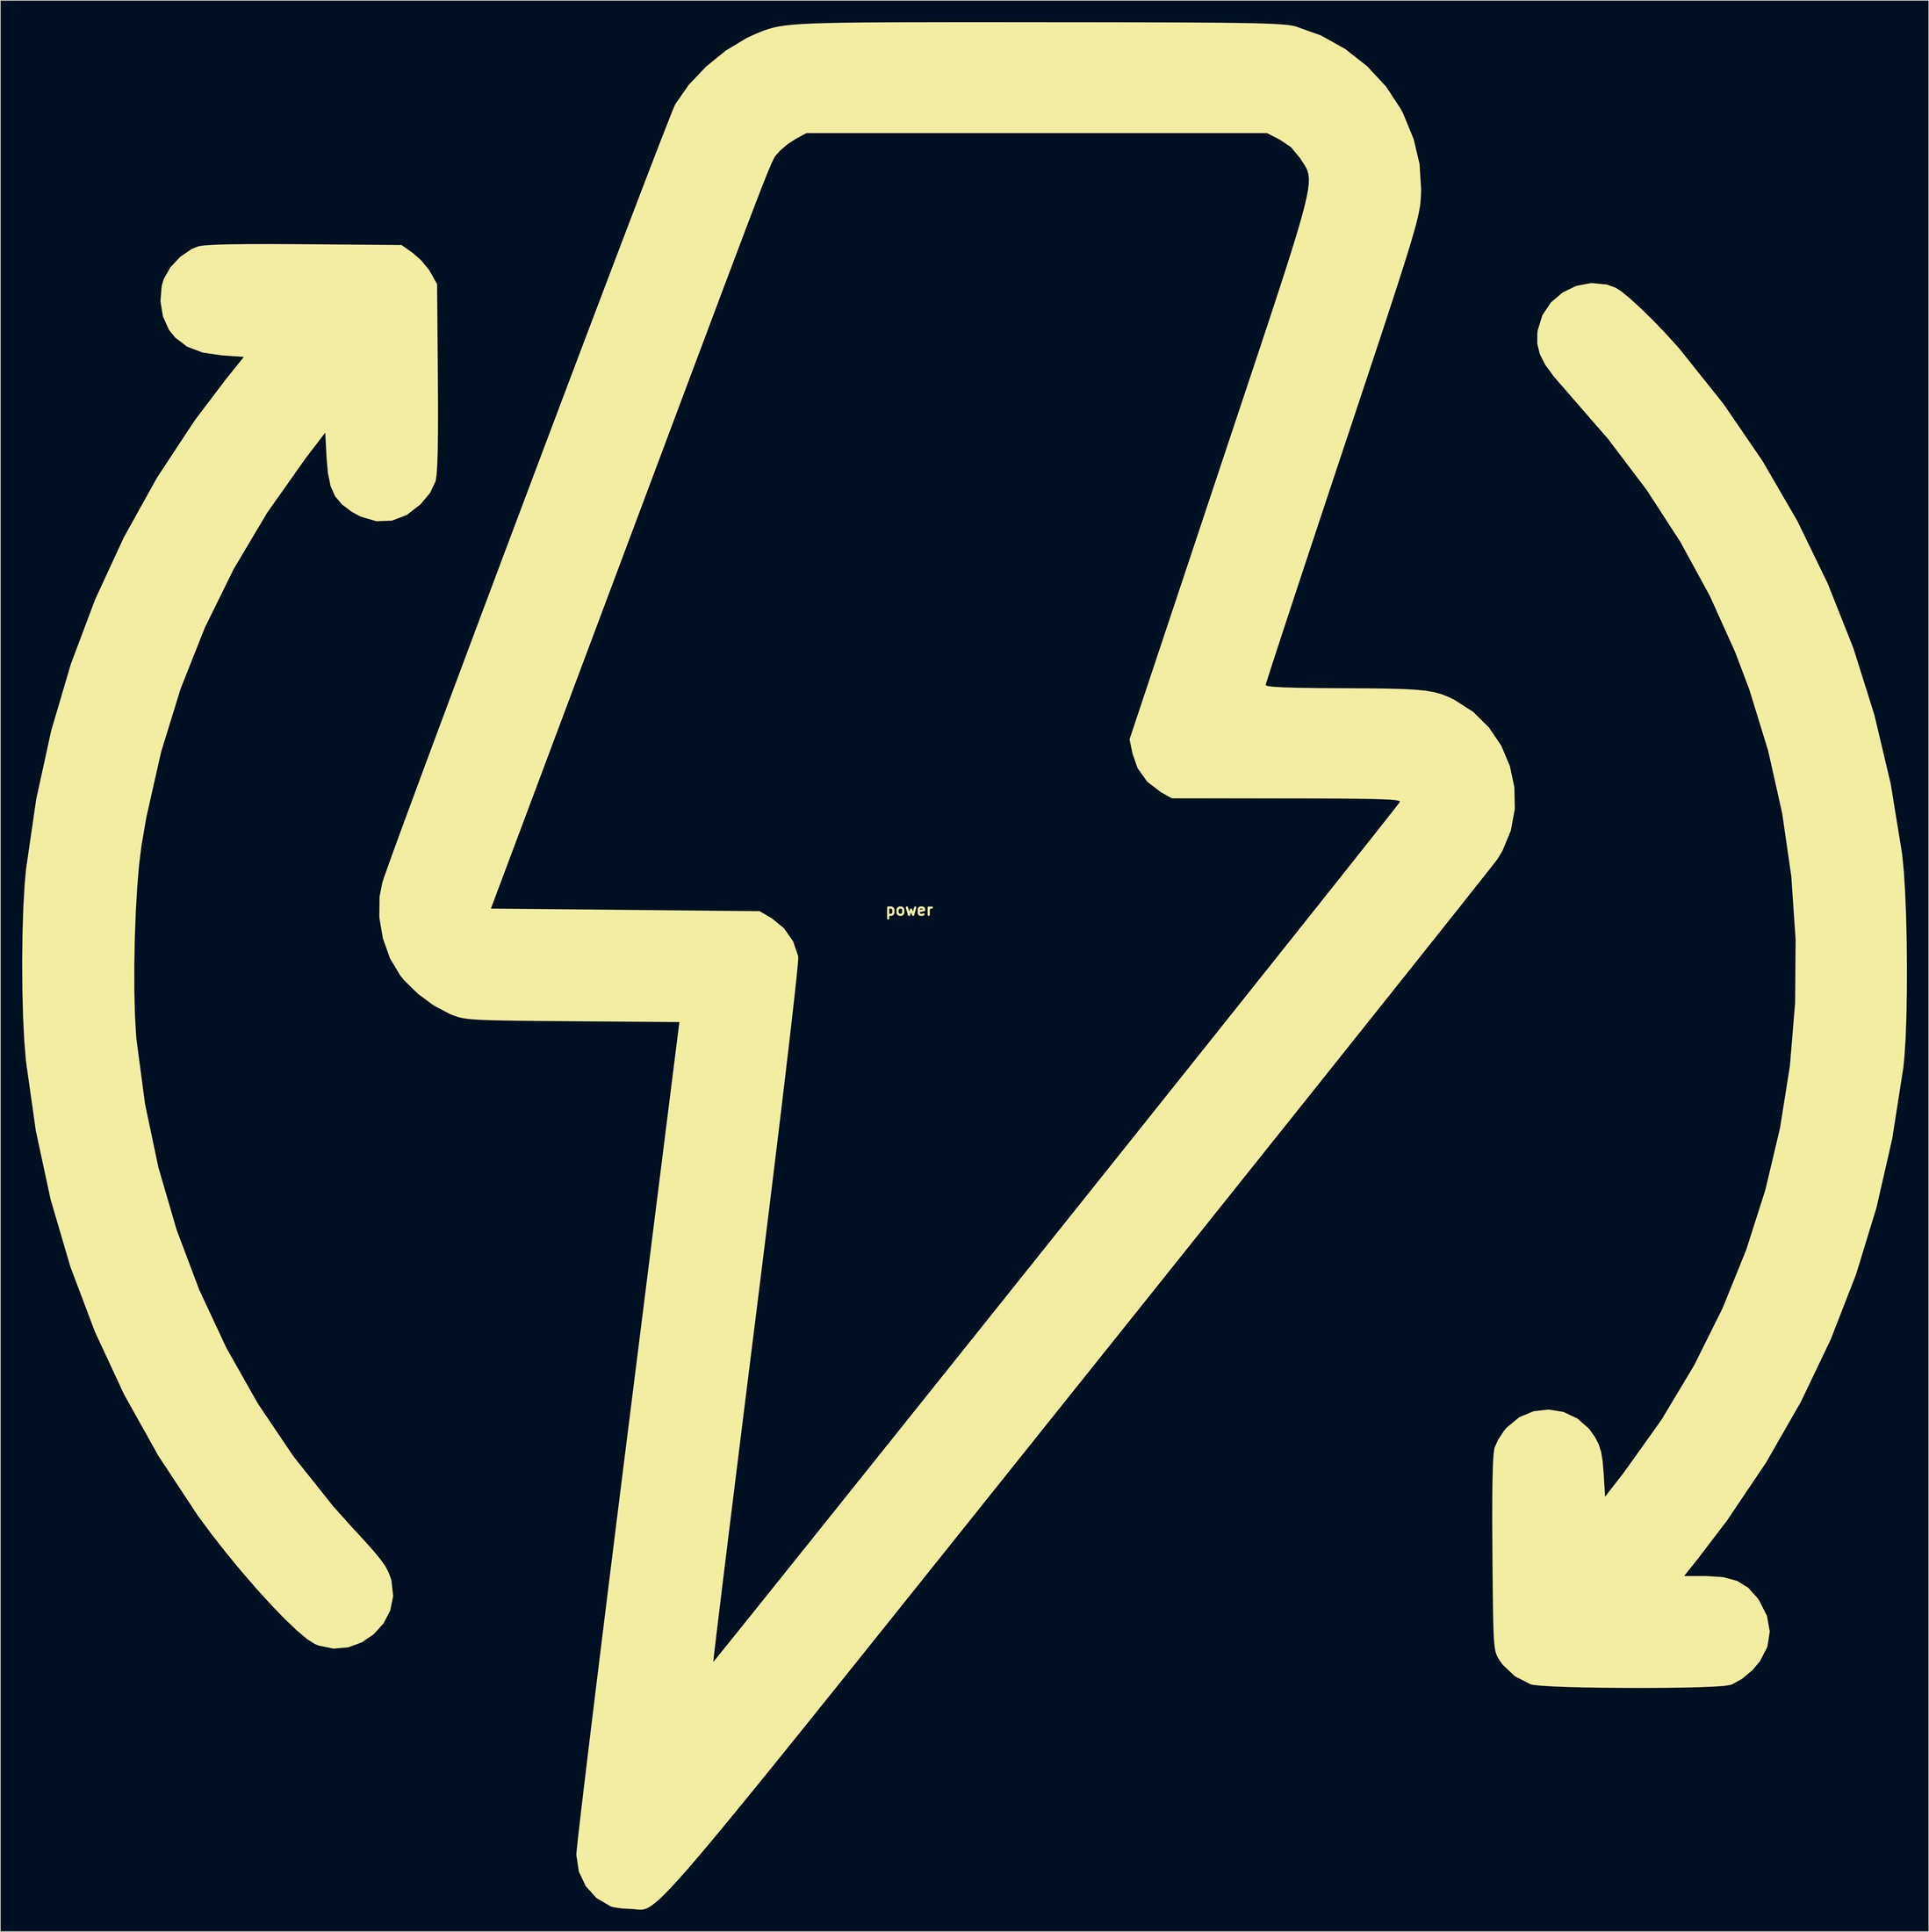
<source format=kicad_pcb>
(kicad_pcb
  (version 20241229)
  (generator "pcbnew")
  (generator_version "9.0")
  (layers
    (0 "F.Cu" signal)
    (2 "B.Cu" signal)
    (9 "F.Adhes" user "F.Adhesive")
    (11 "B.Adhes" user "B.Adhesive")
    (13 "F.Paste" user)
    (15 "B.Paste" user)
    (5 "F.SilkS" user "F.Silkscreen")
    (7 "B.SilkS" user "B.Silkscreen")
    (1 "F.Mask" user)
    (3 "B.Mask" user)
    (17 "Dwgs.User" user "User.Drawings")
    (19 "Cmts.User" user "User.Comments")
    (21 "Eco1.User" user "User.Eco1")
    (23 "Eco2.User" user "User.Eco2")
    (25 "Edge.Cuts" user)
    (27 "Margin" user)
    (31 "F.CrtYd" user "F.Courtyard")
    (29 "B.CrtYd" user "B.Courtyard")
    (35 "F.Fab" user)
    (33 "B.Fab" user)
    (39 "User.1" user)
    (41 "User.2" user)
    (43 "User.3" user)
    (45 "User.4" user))
  (footprint "power"
    (layer "F.Cu")
    (at 121.989 122.04)
    (property "Reference" "power" (at 0 0 0) (layer "F.SilkS") (effects (font (size 1.5 1.5) (thickness 0.3))))
    (attr board_only exclude_from_pos_files exclude_from_bom)
    (fp_poly (pts (xy -83.392 -91.517) (xy -83.117 -91.515) (xy -69.821 -91.404) (xy -68.27 -90.315) (xy -67.142 -89.322) (xy -66.125 -88.103) (xy -65.825 -87.632) (xy -64.931 -86.038) (xy -64.825 -73.26) (xy -64.802 -69.261) (xy -64.807 -65.948) (xy -64.841 -63.294) (xy -64.904 -61.27) (xy -64.996 -59.848) (xy -65.118 -59) (xy -65.131 -58.951) (xy -65.894 -57.334) (xy -67.205 -55.757) (xy -69.108 -54.286) (xy -71.15 -53.509) (xy -73.281 -53.434) (xy -75.453 -54.066) (xy -76.634 -54.707) (xy -77.991 -55.718) (xy -78.947 -56.85) (xy -79.575 -58.254) (xy -79.949 -60.084) (xy -80.117 -62.028) (xy -80.314 -65.607) (xy -83.037 -62.049) (xy -88.294 -54.605) (xy -92.907 -46.851) (xy -96.875 -38.785) (xy -100.2 -30.408) (xy -102.88 -21.718) (xy -104.917 -12.717) (xy -105.593 -8.765) (xy -105.908 -6.231) (xy -106.168 -3.153) (xy -106.367 0.301) (xy -106.503 3.963) (xy -106.569 7.664) (xy -106.563 11.235) (xy -106.48 14.507) (xy -106.315 17.311) (xy -106.273 17.783) (xy -105.092 26.702) (xy -103.245 35.449) (xy -100.751 43.983) (xy -97.628 52.262) (xy -93.895 60.244) (xy -89.57 67.887) (xy -84.673 75.15) (xy -79.22 81.99) (xy -76.606 84.902) (xy -74.9 86.752) (xy -73.622 88.189) (xy -72.698 89.315) (xy -72.056 90.229) (xy -71.623 91.03) (xy -71.324 91.818) (xy -71.196 92.264) (xy -70.974 94.347) (xy -71.369 96.312) (xy -72.283 98.079) (xy -73.62 99.568) (xy -75.28 100.698) (xy -77.168 101.39) (xy -79.186 101.563) (xy -81.235 101.138) (xy -81.745 100.927) (xy -82.796 100.258) (xy -84.196 99.084) (xy -85.874 97.484) (xy -87.761 95.533) (xy -89.786 93.309) (xy -91.881 90.888) (xy -93.974 88.347) (xy -95.997 85.763) (xy -97.879 83.212) (xy -97.917 83.159) (xy -103.273 75.033) (xy -107.968 66.636) (xy -111.999 57.97) (xy -115.368 49.036) (xy -118.072 39.836) (xy -120.111 30.373) (xy -121.468 20.804) (xy -121.704 17.948) (xy -121.869 14.58) (xy -121.964 10.88) (xy -121.989 7.032) (xy -121.943 3.217) (xy -121.828 -0.383) (xy -121.642 -3.587) (xy -121.461 -5.578) (xy -120.055 -15.23) (xy -117.994 -24.651) (xy -115.289 -33.812) (xy -111.951 -42.686) (xy -107.993 -51.242) (xy -103.426 -59.454) (xy -98.261 -67.293) (xy -94.09 -72.801) (xy -91.508 -76.021) (xy -94.548 -76.233) (xy -97.19 -76.627) (xy -99.294 -77.427) (xy -100.935 -78.667) (xy -101.809 -79.758) (xy -102.633 -81.586) (xy -102.973 -83.689) (xy -102.8 -85.792) (xy -102.523 -86.728) (xy -101.611 -88.332) (xy -100.254 -89.781) (xy -98.678 -90.86) (xy -97.776 -91.225) (xy -97.008 -91.345) (xy -95.611 -91.436) (xy -93.567 -91.499) (xy -90.861 -91.533) (xy -87.475 -91.539)) (stroke (width 0) (type solid)) (fill yes) (layer "F.SilkS"))
    (fp_poly (pts (xy 95.902 -85.975) (xy 97.128 -85.544) (xy 97.962 -85.005) (xy 99.158 -84.02) (xy 100.615 -82.689) (xy 102.228 -81.109) (xy 103.896 -79.379) (xy 105.516 -77.597) (xy 105.954 -77.094) (xy 111.957 -69.583) (xy 117.356 -61.695) (xy 122.143 -53.452) (xy 126.307 -44.874) (xy 129.838 -35.983) (xy 132.728 -26.801) (xy 134.968 -17.349) (xy 136.541 -7.692) (xy 136.768 -5.405) (xy 136.949 -2.573) (xy 137.083 0.66) (xy 137.169 4.149) (xy 137.206 7.746) (xy 137.194 11.306) (xy 137.131 14.684) (xy 137.017 17.733) (xy 136.85 20.308) (xy 136.716 21.644) (xy 135.181 31.463) (xy 133.01 40.957) (xy 130.197 50.14) (xy 126.737 59.024) (xy 122.625 67.623) (xy 117.854 75.949) (xy 112.42 84.016) (xy 108.284 89.433) (xy 106.561 91.583) (xy 109.569 91.583) (xy 111.962 91.738) (xy 113.843 92.248) (xy 115.355 93.177) (xy 116.641 94.591) (xy 116.873 94.922) (xy 117.96 97.071) (xy 118.338 99.218) (xy 118.013 101.313) (xy 116.988 103.306) (xy 115.962 104.51) (xy 114.556 105.699) (xy 113.201 106.455) (xy 112.869 106.566) (xy 112.061 106.687) (xy 110.657 106.786) (xy 108.761 106.863) (xy 106.478 106.92) (xy 103.913 106.956) (xy 101.17 106.971) (xy 98.353 106.967) (xy 95.568 106.943) (xy 92.918 106.9) (xy 90.509 106.838) (xy 88.444 106.758) (xy 86.829 106.659) (xy 85.768 106.543) (xy 85.46 106.473) (xy 83.285 105.358) (xy 81.599 103.764) (xy 81.144 103.114) (xy 80.929 102.754) (xy 80.755 102.386) (xy 80.615 101.935) (xy 80.506 101.325) (xy 80.422 100.483) (xy 80.358 99.332) (xy 80.311 97.799) (xy 80.275 95.808) (xy 80.244 93.285) (xy 80.215 90.155) (xy 80.202 88.542) (xy 80.177 84.449) (xy 80.181 81.051) (xy 80.212 78.327) (xy 80.271 76.257) (xy 80.359 74.82) (xy 80.476 73.996) (xy 80.491 73.942) (xy 80.984 72.845) (xy 81.764 71.654) (xy 82.147 71.19) (xy 83.876 69.76) (xy 85.842 68.931) (xy 87.917 68.691) (xy 89.973 69.025) (xy 91.882 69.921) (xy 93.515 71.364) (xy 94.308 72.483) (xy 94.82 73.484) (xy 95.153 74.527) (xy 95.363 75.847) (xy 95.491 77.41) (xy 95.697 80.672) (xy 98.333 77.273) (xy 103.45 70.1) (xy 107.956 62.588) (xy 111.844 54.78) (xy 115.11 46.718) (xy 117.747 38.445) (xy 119.75 30.001) (xy 121.112 21.431) (xy 121.829 12.776) (xy 121.895 4.078) (xy 121.303 -4.621) (xy 120.049 -13.277) (xy 118.126 -21.849) (xy 115.529 -30.295) (xy 113.573 -35.461) (xy 110.097 -43.167) (xy 106.055 -50.573) (xy 101.412 -57.735) (xy 96.129 -64.71) (xy 90.39 -71.318) (xy 88.668 -73.287) (xy 87.462 -74.946) (xy 86.715 -76.414) (xy 86.371 -77.811) (xy 86.372 -79.255) (xy 86.426 -79.677) (xy 87.069 -81.754) (xy 88.251 -83.511) (xy 89.849 -84.878) (xy 91.738 -85.79) (xy 93.797 -86.178)) (stroke (width 0) (type solid)) (fill yes) (layer "F.SilkS"))
    (fp_poly (pts (xy 15.504 -122.038) (xy 17.696 -122.037) (xy 23.428 -122.033) (xy 28.489 -122.027) (xy 32.923 -122.017) (xy 36.775 -122.004) (xy 40.089 -121.986) (xy 42.909 -121.962) (xy 45.28 -121.932) (xy 47.246 -121.896) (xy 48.852 -121.851) (xy 50.142 -121.799) (xy 51.159 -121.737) (xy 51.95 -121.666) (xy 52.557 -121.585) (xy 53.026 -121.492) (xy 53.125 -121.467) (xy 56.646 -120.208) (xy 59.972 -118.344) (xy 62.988 -115.972) (xy 65.575 -113.185) (xy 67.616 -110.079) (xy 67.928 -109.47) (xy 69.367 -105.966) (xy 70.178 -102.545) (xy 70.399 -99.029) (xy 70.355 -97.923) (xy 70.312 -97.357) (xy 70.24 -96.759) (xy 70.127 -96.086) (xy 69.959 -95.293) (xy 69.723 -94.335) (xy 69.403 -93.168) (xy 68.987 -91.747) (xy 68.461 -90.027) (xy 67.811 -87.964) (xy 67.023 -85.513) (xy 66.083 -82.63) (xy 64.978 -79.269) (xy 63.694 -75.387) (xy 62.217 -70.939) (xy 60.534 -65.879) (xy 59.587 -63.037) (xy 58.06 -58.449) (xy 56.599 -54.052) (xy 55.22 -49.893) (xy 53.938 -46.02) (xy 52.77 -42.48) (xy 51.73 -39.323) (xy 50.836 -36.594) (xy 50.101 -34.342) (xy 49.543 -32.615) (xy 49.176 -31.461) (xy 49.017 -30.927) (xy 49.011 -30.897) (xy 49.276 -30.772) (xy 50.092 -30.67) (xy 51.491 -30.591) (xy 53.507 -30.532) (xy 56.171 -30.493) (xy 59.516 -30.473) (xy 59.735 -30.472) (xy 63.075 -30.456) (xy 65.79 -30.421) (xy 67.972 -30.36) (xy 69.712 -30.262) (xy 71.1 -30.118) (xy 72.227 -29.918) (xy 73.185 -29.654) (xy 74.064 -29.315) (xy 74.946 -28.897) (xy 77.579 -27.199) (xy 79.75 -25.047) (xy 81.432 -22.539) (xy 82.598 -19.773) (xy 83.222 -16.847) (xy 83.276 -13.86) (xy 82.735 -10.91) (xy 81.571 -8.096) (xy 80.89 -6.979) (xy 80.583 -6.575) (xy 79.848 -5.637) (xy 78.705 -4.189) (xy 77.172 -2.255) (xy 75.269 0.142) (xy 73.015 2.976) (xy 70.429 6.224) (xy 67.531 9.861) (xy 64.34 13.864) (xy 60.874 18.208) (xy 57.155 22.87) (xy 53.2 27.824) (xy 49.028 33.047) (xy 44.66 38.515) (xy 40.114 44.203) (xy 35.41 50.088) (xy 30.567 56.146) (xy 25.604 62.351) (xy 23.366 65.148) (xy 17.351 72.668) (xy 11.767 79.649) (xy 6.598 86.113) (xy 1.826 92.078) (xy -2.566 97.565) (xy -6.594 102.594) (xy -10.275 107.184) (xy -13.628 111.355) (xy -16.667 115.128) (xy -19.411 118.521) (xy -21.876 121.555) (xy -24.08 124.25) (xy -26.038 126.625) (xy -27.769 128.701) (xy -29.289 130.496) (xy -30.615 132.032) (xy -31.764 133.328) (xy -32.753 134.403) (xy -33.599 135.278) (xy -34.319 135.973) (xy -34.93 136.506) (xy -35.448 136.899) (xy -35.892 137.171) (xy -36.277 137.341) (xy -36.62 137.431) (xy -36.939 137.459) (xy -37.251 137.445) (xy -37.572 137.409) (xy -37.92 137.372) (xy -38.302 137.352) (xy -39.569 137.279) (xy -40.655 137.117) (xy -41.068 136.999) (xy -43.005 135.857) (xy -44.486 134.224) (xy -45.436 132.214) (xy -45.778 129.943) (xy -45.778 129.838) (xy -45.732 129.27) (xy -45.601 128.031) (xy -45.39 126.162) (xy -45.103 123.701) (xy -44.746 120.688) (xy -44.322 117.163) (xy -43.838 113.165) (xy -43.297 108.734) (xy -42.705 103.91) (xy -42.066 98.731) (xy -41.385 93.237) (xy -40.667 87.468) (xy -39.917 81.463) (xy -39.14 75.262) (xy -38.687 71.66) (xy -31.61 15.426) (xy -46.303 15.31) (xy -49.934 15.28) (xy -52.924 15.251) (xy -55.346 15.219) (xy -57.274 15.179) (xy -58.782 15.127) (xy -59.943 15.059) (xy -60.833 14.971) (xy -61.524 14.858) (xy -62.091 14.717) (xy -62.607 14.543) (xy -63.086 14.356) (xy -65.325 13.189) (xy -67.542 11.559) (xy -69.465 9.675) (xy -69.994 9.027) (xy -71.413 6.647) (xy -72.386 3.911) (xy -72.876 1.022) (xy -72.862 -0.179) (xy -57.53 -0.179) (xy -39.05 0) (xy -20.57 0.179) (xy -18.881 1.172) (xy -17.219 2.532) (xy -15.967 4.332) (xy -15.276 6.353) (xy -15.261 6.439) (xy -15.279 6.951) (xy -15.384 8.136) (xy -15.571 9.954) (xy -15.834 12.37) (xy -16.171 15.346) (xy -16.577 18.843) (xy -17.046 22.825) (xy -17.576 27.254) (xy -18.16 32.093) (xy -18.796 37.303) (xy -19.478 42.848) (xy -20.202 48.689) (xy -20.963 54.79) (xy -21.057 55.54) (xy -21.779 61.307) (xy -22.475 66.875) (xy -23.139 72.203) (xy -23.766 77.251) (xy -24.353 81.977) (xy -24.892 86.341) (xy -25.38 90.302) (xy -25.811 93.819) (xy -26.181 96.85) (xy -26.483 99.355) (xy -26.714 101.293) (xy -26.869 102.623) (xy -26.941 103.304) (xy -26.945 103.389) (xy -26.714 103.114) (xy -26.058 102.305) (xy -24.996 100.989) (xy -23.55 99.192) (xy -21.739 96.938) (xy -19.586 94.254) (xy -17.109 91.166) (xy -14.331 87.7) (xy -11.271 83.88) (xy -7.951 79.734) (xy -4.391 75.286) (xy -0.611 70.563) (xy 3.368 65.59) (xy 7.525 60.394) (xy 11.839 54.999) (xy 16.29 49.432) (xy 20.242 44.487) (xy 24.798 38.786) (xy 29.235 33.231) (xy 33.533 27.849) (xy 37.671 22.664) (xy 41.628 17.704) (xy 45.384 12.994) (xy 48.918 8.56) (xy 52.21 4.428) (xy 55.237 0.624) (xy 57.981 -2.825) (xy 60.42 -5.894) (xy 62.533 -8.556) (xy 64.3 -10.786) (xy 65.699 -12.558) (xy 66.711 -13.846) (xy 67.315 -14.623) (xy 67.491 -14.863) (xy 67.398 -14.974) (xy 66.992 -15.067) (xy 66.222 -15.142) (xy 65.035 -15.203) (xy 63.381 -15.249) (xy 61.207 -15.283) (xy 58.463 -15.306) (xy 55.096 -15.319) (xy 51.891 -15.324) (xy 36.119 -15.337) (xy 34.637 -16.165) (xy 32.739 -17.61) (xy 31.398 -19.492) (xy 30.706 -21.487) (xy 30.296 -23.443) (xy 42.736 -60.777) (xy 44.732 -66.765) (xy 46.514 -72.112) (xy 48.094 -76.858) (xy 49.48 -81.042) (xy 50.683 -84.703) (xy 51.713 -87.879) (xy 52.581 -90.611) (xy 53.296 -92.937) (xy 53.869 -94.897) (xy 54.31 -96.528) (xy 54.63 -97.872) (xy 54.837 -98.966) (xy 54.943 -99.85) (xy 54.958 -100.563) (xy 54.892 -101.145) (xy 54.755 -101.633) (xy 54.557 -102.068) (xy 54.309 -102.488) (xy 54.02 -102.933) (xy 53.801 -103.278) (xy 52.497 -104.858) (xy 50.985 -105.873) (xy 49.209 -106.787) (xy 17.539 -106.787) (xy -14.131 -106.787) (xy -15.606 -105.998) (xy -16.75 -105.251) (xy -17.775 -104.365) (xy -17.989 -104.13) (xy -18.118 -103.986) (xy -18.23 -103.867) (xy -18.338 -103.742) (xy -18.454 -103.58) (xy -18.59 -103.351) (xy -18.756 -103.023) (xy -18.966 -102.567) (xy -19.231 -101.952) (xy -19.563 -101.146) (xy -19.973 -100.12) (xy -20.474 -98.841) (xy -21.077 -97.281) (xy -21.794 -95.407) (xy -22.637 -93.189) (xy -23.618 -90.596) (xy -24.749 -87.599) (xy -26.041 -84.165) (xy -27.506 -80.264) (xy -29.157 -75.866) (xy -31.005 -70.94) (xy -33.061 -65.455) (xy -35.338 -59.38) (xy -37.848 -52.685) (xy -39.493 -48.296) (xy -57.53 -0.179) (xy -72.862 -0.179) (xy -72.842 -1.817) (xy -72.466 -3.731) (xy -72.22 -4.48) (xy -71.742 -5.838) (xy -71.048 -7.762) (xy -70.156 -10.206) (xy -69.082 -13.127) (xy -67.843 -16.479) (xy -66.456 -20.219) (xy -64.937 -24.302) (xy -63.303 -28.683) (xy -61.572 -33.317) (xy -59.759 -38.161) (xy -57.881 -43.17) (xy -55.956 -48.3) (xy -54 -53.505) (xy -52.029 -58.742) (xy -50.061 -63.966) (xy -48.112 -69.132) (xy -46.199 -74.196) (xy -44.339 -79.113) (xy -42.548 -83.839) (xy -40.843 -88.33) (xy -39.241 -92.541) (xy -37.759 -96.428) (xy -36.414 -99.945) (xy -35.222 -103.049) (xy -34.199 -105.695) (xy -33.363 -107.839) (xy -32.731 -109.435) (xy -32.319 -110.441) (xy -32.162 -110.785) (xy -30.31 -113.434) (xy -27.931 -115.942) (xy -25.212 -118.144) (xy -22.339 -119.875) (xy -21.281 -120.361) (xy -20.611 -120.64) (xy -19.986 -120.887) (xy -19.361 -121.103) (xy -18.689 -121.29) (xy -17.923 -121.451) (xy -17.017 -121.588) (xy -15.925 -121.701) (xy -14.599 -121.795) (xy -12.993 -121.869) (xy -11.061 -121.927) (xy -8.757 -121.971) (xy -6.033 -122.002) (xy -2.843 -122.022) (xy 0.859 -122.034) (xy 5.12 -122.039) (xy 9.986 -122.04)) (stroke (width 0) (type solid)) (fill yes) (layer "F.SilkS")))
  (gr_rect
    (start -3 -3)
    (end 262.195 262.498)
    (stroke (width 0.1) (type default))
    (fill no)
    (layer "Edge.Cuts")))
</source>
